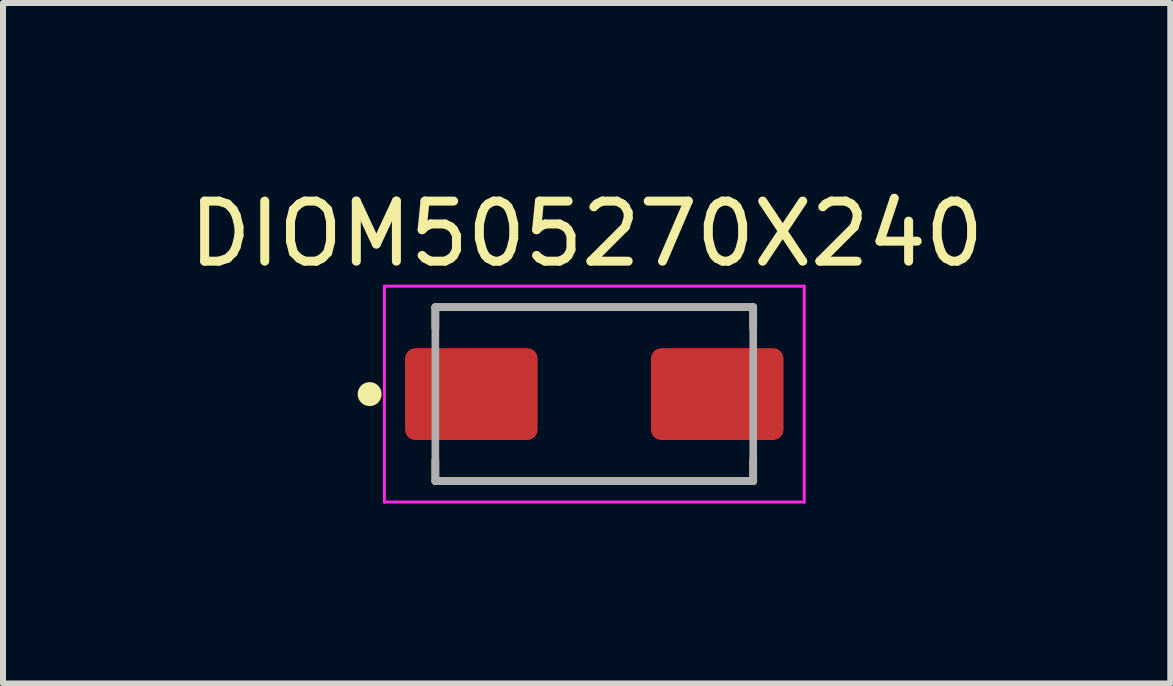
<source format=kicad_pcb>
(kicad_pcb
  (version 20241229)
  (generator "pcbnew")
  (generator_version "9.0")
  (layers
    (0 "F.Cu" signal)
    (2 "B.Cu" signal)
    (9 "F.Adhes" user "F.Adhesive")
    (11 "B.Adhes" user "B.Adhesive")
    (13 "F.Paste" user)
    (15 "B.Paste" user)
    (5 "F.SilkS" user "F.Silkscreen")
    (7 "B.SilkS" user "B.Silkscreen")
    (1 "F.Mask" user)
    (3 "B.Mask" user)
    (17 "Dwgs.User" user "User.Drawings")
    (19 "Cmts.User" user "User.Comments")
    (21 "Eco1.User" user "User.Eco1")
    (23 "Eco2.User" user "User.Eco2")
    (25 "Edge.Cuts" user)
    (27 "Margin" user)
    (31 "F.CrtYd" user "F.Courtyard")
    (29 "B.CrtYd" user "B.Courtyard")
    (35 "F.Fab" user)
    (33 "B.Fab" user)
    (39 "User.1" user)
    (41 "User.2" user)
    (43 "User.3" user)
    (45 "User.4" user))
  (footprint "DIOM505270X240"
    (layer "F.Cu")
    (at 6.859 3.521)
    (property "Reference" "DIOM505270X240" (at -0.127 -2.672 0) (layer "F.SilkS") (effects (font (size 1.002 1.002) (thickness 0.15))))
    (attr smd)
    (fp_line (start -2.65 -1.45) (end 2.65 -1.45) (stroke (width 0.127) (type solid)) (layer "F.SilkS"))
    (fp_line (start -2.65 -1.1) (end -2.65 -1.45) (stroke (width 0.127) (type solid)) (layer "F.SilkS"))
    (fp_line (start -2.65 1.1) (end -2.65 1.45) (stroke (width 0.127) (type solid)) (layer "F.SilkS"))
    (fp_line (start -2.65 1.45) (end 2.65 1.45) (stroke (width 0.127) (type solid)) (layer "F.SilkS"))
    (fp_line (start 2.65 -1.45) (end 2.65 -1.1) (stroke (width 0.127) (type solid)) (layer "F.SilkS"))
    (fp_line (start 2.65 1.45) (end 2.65 1.1) (stroke (width 0.127) (type solid)) (layer "F.SilkS"))
    (fp_circle (center -3.746 0) (end -3.646 0) (stroke (width 0.2) (type solid)) (fill no) (layer "F.SilkS"))
    (fp_line (start -3.5 -1.8) (end 3.5 -1.8) (stroke (width 0.05) (type solid)) (layer "F.CrtYd"))
    (fp_line (start -3.5 1.8) (end -3.5 -1.8) (stroke (width 0.05) (type solid)) (layer "F.CrtYd"))
    (fp_line (start 3.5 -1.8) (end 3.5 1.8) (stroke (width 0.05) (type solid)) (layer "F.CrtYd"))
    (fp_line (start 3.5 1.8) (end -3.5 1.8) (stroke (width 0.05) (type solid)) (layer "F.CrtYd"))
    (fp_line (start -2.65 -1.45) (end 2.65 -1.45) (stroke (width 0.127) (type solid)) (layer "F.Fab"))
    (fp_line (start -2.65 1.45) (end -2.65 -1.45) (stroke (width 0.127) (type solid)) (layer "F.Fab"))
    (fp_line (start 2.65 -1.45) (end 2.65 1.45) (stroke (width 0.127) (type solid)) (layer "F.Fab"))
    (fp_line (start 2.65 1.45) (end -2.65 1.45) (stroke (width 0.127) (type solid)) (layer "F.Fab"))
    (pad "A" smd roundrect (at 2.05 0) (size 2.21 1.53) (layers "F.Cu" "F.Mask" "F.Paste") (roundrect_rratio 0.11))
    (pad "C" smd roundrect (at -2.05 0) (size 2.21 1.53) (layers "F.Cu" "F.Mask" "F.Paste") (roundrect_rratio 0.11)))
  (gr_rect
    (start -3 -3)
    (end 16.463 8.346)
    (stroke (width 0.1) (type default))
    (fill no)
    (layer "Edge.Cuts")))
</source>
